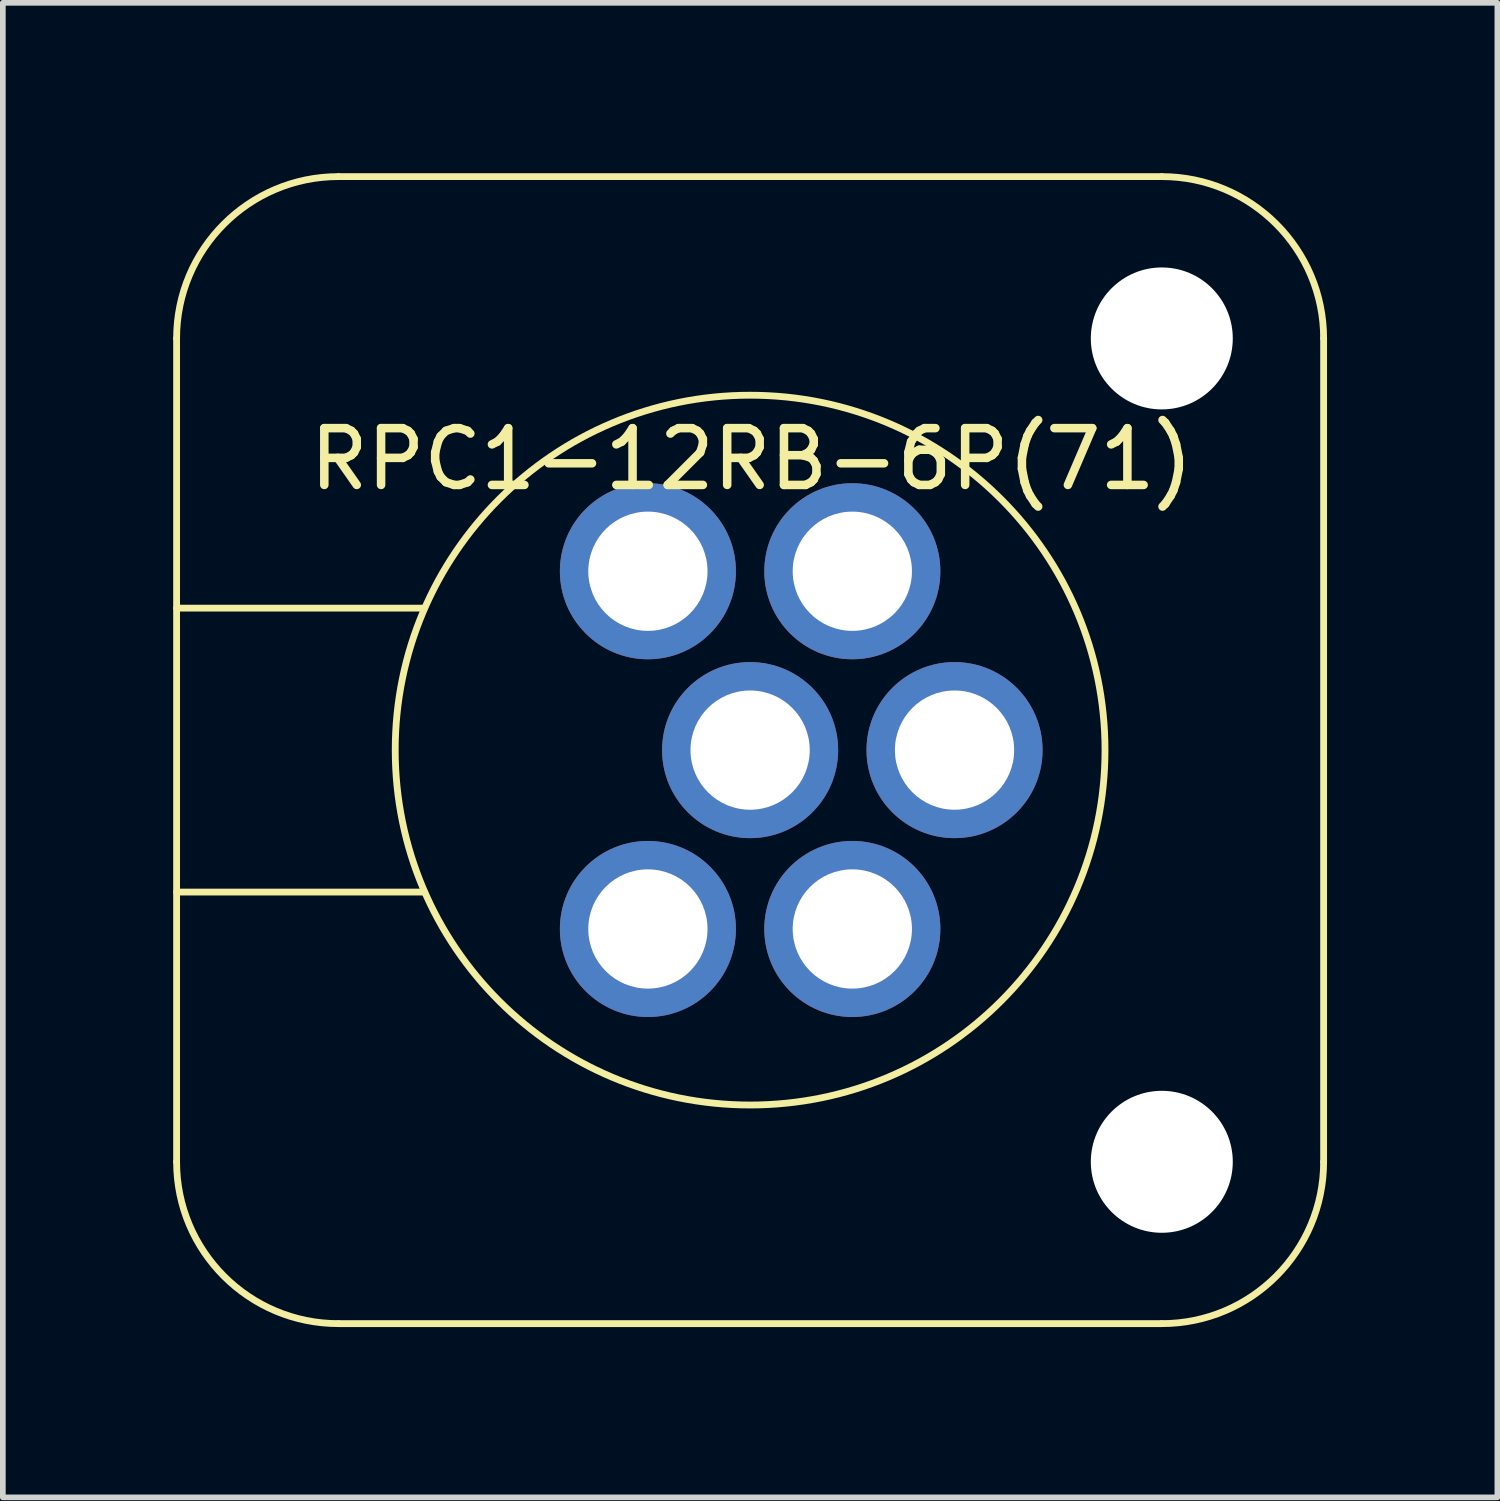
<source format=kicad_pcb>
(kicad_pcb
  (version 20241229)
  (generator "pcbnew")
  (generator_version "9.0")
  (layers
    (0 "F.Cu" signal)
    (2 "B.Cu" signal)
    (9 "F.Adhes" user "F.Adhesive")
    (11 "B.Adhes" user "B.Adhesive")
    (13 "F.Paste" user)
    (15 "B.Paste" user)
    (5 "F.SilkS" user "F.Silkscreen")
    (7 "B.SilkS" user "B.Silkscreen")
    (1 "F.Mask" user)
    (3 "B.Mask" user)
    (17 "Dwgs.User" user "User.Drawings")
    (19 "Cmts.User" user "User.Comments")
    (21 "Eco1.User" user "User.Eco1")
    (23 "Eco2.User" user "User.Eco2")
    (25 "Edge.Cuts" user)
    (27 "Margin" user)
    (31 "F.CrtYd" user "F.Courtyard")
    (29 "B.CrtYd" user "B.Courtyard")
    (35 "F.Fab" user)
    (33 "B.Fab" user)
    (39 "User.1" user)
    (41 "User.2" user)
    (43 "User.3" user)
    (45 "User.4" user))
  (footprint "RPC1-12RB-6P(71)"
    (layer "F.Cu")
    (at 10.16 10.16)
    (property "Reference" "RPC1-12RB-6P(71)" (at 0.025 -5.125 180) (layer "F.SilkS") (effects (font (size 1 1) (thickness 0.15))))
    (attr through_hole)
    (fp_line (start -10.1 -7.25) (end -10.1 7.25) (stroke (width 0.12) (type solid)) (layer "F.SilkS"))
    (fp_line (start -10.1 -2.5) (end -5.75 -2.5) (stroke (width 0.12) (type solid)) (layer "F.SilkS"))
    (fp_line (start -10.1 2.5) (end -5.75 2.5) (stroke (width 0.12) (type solid)) (layer "F.SilkS"))
    (fp_line (start -7.25 -10.1) (end 7.25 -10.1) (stroke (width 0.12) (type solid)) (layer "F.SilkS"))
    (fp_line (start -7.25 10.1) (end 7.25 10.1) (stroke (width 0.12) (type solid)) (layer "F.SilkS"))
    (fp_line (start 10.1 -7.25) (end 10.1 7.25) (stroke (width 0.12) (type solid)) (layer "F.SilkS"))
    (fp_arc (start -10.1 -7.25) (mid -9.265254 -9.265254) (end -7.25 -10.1) (stroke (width 0.12) (type solid)) (layer "F.SilkS"))
    (fp_arc (start -7.25 10.1) (mid -9.265254 9.265254) (end -10.1 7.25) (stroke (width 0.12) (type solid)) (layer "F.SilkS"))
    (fp_arc (start 7.25 -10.1) (mid 9.265254 -9.265254) (end 10.1 -7.25) (stroke (width 0.12) (type solid)) (layer "F.SilkS"))
    (fp_arc (start 10.1 7.25) (mid 9.265254 9.265254) (end 7.25 10.1) (stroke (width 0.12) (type solid)) (layer "F.SilkS"))
    (fp_circle (center 0 0) (end 6.25 0) (stroke (width 0.12) (type solid)) (fill no) (layer "F.SilkS"))
    (pad "" np_thru_hole circle (at 7.25 -7.25) (size 2.5 2.5) (drill 2.5) (layers "*.Cu" "*.Mask"))
    (pad "" np_thru_hole circle (at 7.25 7.25) (size 2.5 2.5) (drill 2.5) (layers "*.Cu" "*.Mask"))
    (pad "1" thru_hole circle (at -1.8 3.15) (size 3.1 3.1) (drill 2.1) (layers "*.Cu" "*.Mask"))
    (pad "2" thru_hole circle (at 1.8 3.15) (size 3.1 3.1) (drill 2.1) (layers "*.Cu" "*.Mask"))
    (pad "3" thru_hole circle (at 3.6 0) (size 3.1 3.1) (drill 2.1) (layers "*.Cu" "*.Mask"))
    (pad "4" thru_hole circle (at 1.8 -3.15) (size 3.1 3.1) (drill 2.1) (layers "*.Cu" "*.Mask"))
    (pad "5" thru_hole circle (at -1.8 -3.15) (size 3.1 3.1) (drill 2.1) (layers "*.Cu" "*.Mask"))
    (pad "6" thru_hole circle (at 0 0) (size 3.1 3.1) (drill 2.1) (layers "*.Cu" "*.Mask")))
  (gr_rect
    (start -3 -3)
    (end 23.32 23.32)
    (stroke (width 0.1) (type default))
    (fill no)
    (layer "Edge.Cuts")))
</source>
